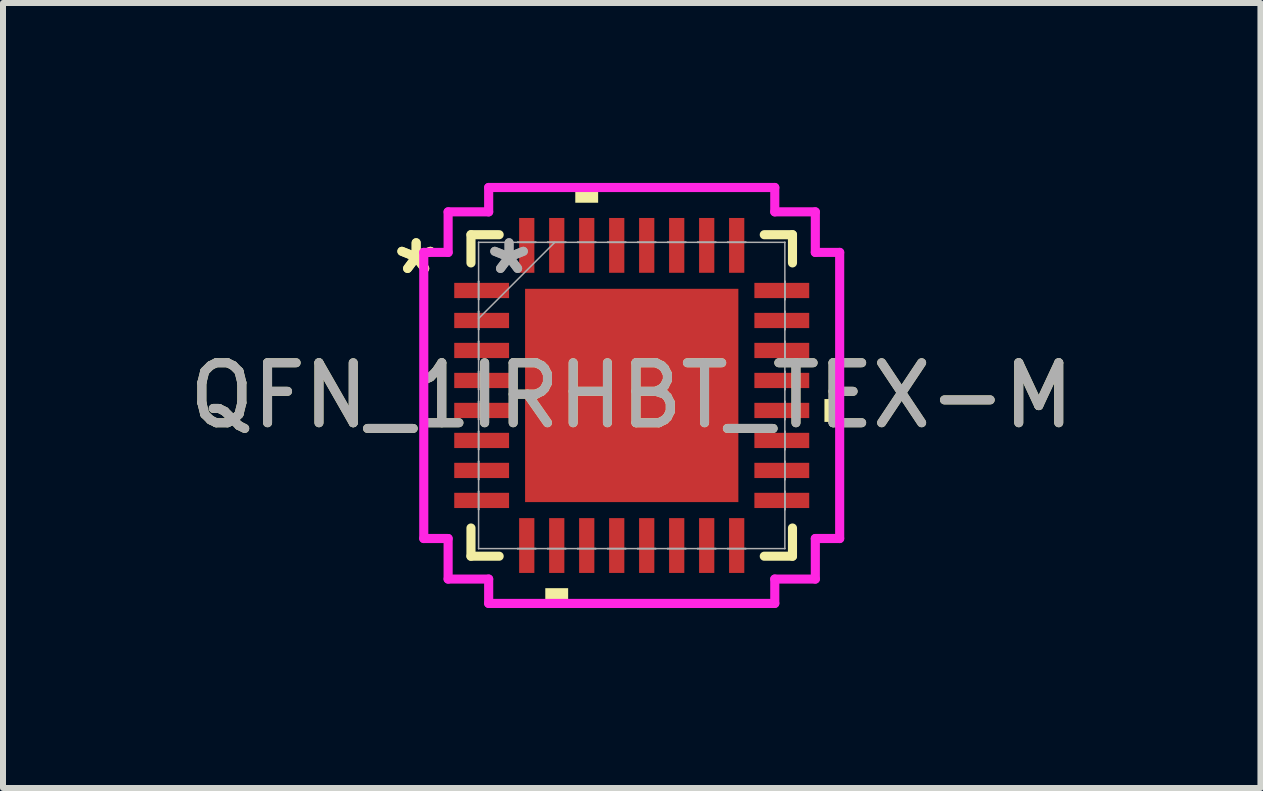
<source format=kicad_pcb>
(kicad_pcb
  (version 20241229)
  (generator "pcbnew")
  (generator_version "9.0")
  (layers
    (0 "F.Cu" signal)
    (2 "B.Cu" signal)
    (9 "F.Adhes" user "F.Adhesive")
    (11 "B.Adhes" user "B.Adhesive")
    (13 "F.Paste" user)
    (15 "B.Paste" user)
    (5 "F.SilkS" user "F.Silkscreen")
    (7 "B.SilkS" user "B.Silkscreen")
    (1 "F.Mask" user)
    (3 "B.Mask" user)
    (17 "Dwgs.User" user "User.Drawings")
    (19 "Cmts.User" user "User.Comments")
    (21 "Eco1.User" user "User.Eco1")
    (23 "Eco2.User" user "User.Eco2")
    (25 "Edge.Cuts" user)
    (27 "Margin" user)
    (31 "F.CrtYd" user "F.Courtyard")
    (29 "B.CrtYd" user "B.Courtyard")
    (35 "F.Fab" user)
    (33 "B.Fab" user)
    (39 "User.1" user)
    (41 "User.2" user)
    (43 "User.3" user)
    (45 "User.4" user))
  (footprint "QFN_1IRHBT_TEX-M"
    (layer "F.Cu")
    (at 7.482 3.543)
    (property "Reference" "QFN_1IRHBT_TEX-M" (at 0 0 0) (unlocked yes) (layer "F.SilkS") (effects (font (size 1 1) (thickness 0.15))))
    (attr smd)
    (fp_line (start -2.68 -2.68) (end -2.68 -2.21) (stroke (width 0.152) (type solid)) (layer "F.SilkS"))
    (fp_line (start -2.68 2.21) (end -2.68 2.68) (stroke (width 0.152) (type solid)) (layer "F.SilkS"))
    (fp_line (start -2.68 2.68) (end -2.21 2.68) (stroke (width 0.152) (type solid)) (layer "F.SilkS"))
    (fp_line (start -2.21 -2.68) (end -2.68 -2.68) (stroke (width 0.152) (type solid)) (layer "F.SilkS"))
    (fp_line (start 2.21 2.68) (end 2.68 2.68) (stroke (width 0.152) (type solid)) (layer "F.SilkS"))
    (fp_line (start 2.68 -2.68) (end 2.21 -2.68) (stroke (width 0.152) (type solid)) (layer "F.SilkS"))
    (fp_line (start 2.68 -2.21) (end 2.68 -2.68) (stroke (width 0.152) (type solid)) (layer "F.SilkS"))
    (fp_line (start 2.68 2.68) (end 2.68 2.21) (stroke (width 0.152) (type solid)) (layer "F.SilkS"))
    (fp_poly (pts (xy -1.441 3.213) (xy -1.441 3.467) (xy -1.06 3.467) (xy -1.06 3.213)) (stroke (width 0) (type solid)) (fill yes) (layer "F.SilkS"))
    (fp_poly (pts (xy -0.941 -3.213) (xy -0.941 -3.467) (xy -0.56 -3.467) (xy -0.56 -3.213)) (stroke (width 0) (type solid)) (fill yes) (layer "F.SilkS"))
    (fp_poly (pts (xy 3.467 0.06) (xy 3.467 0.441) (xy 3.213 0.441) (xy 3.213 0.06)) (stroke (width 0) (type solid)) (fill yes) (layer "F.SilkS"))
    (fp_poly (pts (xy -1.678 -1.678) (xy -1.678 -0.1) (xy -0.1 -0.1) (xy -0.1 -1.678)) (stroke (width 0) (type solid)) (fill yes) (layer "F.Paste"))
    (fp_poly (pts (xy -1.678 0.1) (xy -1.678 1.678) (xy -0.1 1.678) (xy -0.1 0.1)) (stroke (width 0) (type solid)) (fill yes) (layer "F.Paste"))
    (fp_poly (pts (xy 0.1 -1.678) (xy 0.1 -0.1) (xy 1.678 -0.1) (xy 1.678 -1.678)) (stroke (width 0) (type solid)) (fill yes) (layer "F.Paste"))
    (fp_poly (pts (xy 0.1 0.1) (xy 0.1 1.678) (xy 1.678 1.678) (xy 1.678 0.1)) (stroke (width 0) (type solid)) (fill yes) (layer "F.Paste"))
    (fp_line (start -3.467 -2.385) (end -3.061 -2.385) (stroke (width 0.152) (type solid)) (layer "F.CrtYd"))
    (fp_line (start -3.467 2.385) (end -3.467 -2.385) (stroke (width 0.152) (type solid)) (layer "F.CrtYd"))
    (fp_line (start -3.061 -3.061) (end -2.385 -3.061) (stroke (width 0.152) (type solid)) (layer "F.CrtYd"))
    (fp_line (start -3.061 -2.385) (end -3.061 -3.061) (stroke (width 0.152) (type solid)) (layer "F.CrtYd"))
    (fp_line (start -3.061 2.385) (end -3.467 2.385) (stroke (width 0.152) (type solid)) (layer "F.CrtYd"))
    (fp_line (start -3.061 3.061) (end -3.061 2.385) (stroke (width 0.152) (type solid)) (layer "F.CrtYd"))
    (fp_line (start -2.385 -3.467) (end 2.385 -3.467) (stroke (width 0.152) (type solid)) (layer "F.CrtYd"))
    (fp_line (start -2.385 -3.061) (end -2.385 -3.467) (stroke (width 0.152) (type solid)) (layer "F.CrtYd"))
    (fp_line (start -2.385 3.061) (end -3.061 3.061) (stroke (width 0.152) (type solid)) (layer "F.CrtYd"))
    (fp_line (start -2.385 3.467) (end -2.385 3.061) (stroke (width 0.152) (type solid)) (layer "F.CrtYd"))
    (fp_line (start 2.385 -3.467) (end 2.385 -3.061) (stroke (width 0.152) (type solid)) (layer "F.CrtYd"))
    (fp_line (start 2.385 -3.061) (end 3.061 -3.061) (stroke (width 0.152) (type solid)) (layer "F.CrtYd"))
    (fp_line (start 2.385 3.061) (end 2.385 3.467) (stroke (width 0.152) (type solid)) (layer "F.CrtYd"))
    (fp_line (start 2.385 3.467) (end -2.385 3.467) (stroke (width 0.152) (type solid)) (layer "F.CrtYd"))
    (fp_line (start 3.061 -3.061) (end 3.061 -2.385) (stroke (width 0.152) (type solid)) (layer "F.CrtYd"))
    (fp_line (start 3.061 -2.385) (end 3.467 -2.385) (stroke (width 0.152) (type solid)) (layer "F.CrtYd"))
    (fp_line (start 3.061 2.385) (end 3.061 3.061) (stroke (width 0.152) (type solid)) (layer "F.CrtYd"))
    (fp_line (start 3.061 3.061) (end 2.385 3.061) (stroke (width 0.152) (type solid)) (layer "F.CrtYd"))
    (fp_line (start 3.467 -2.385) (end 3.467 2.385) (stroke (width 0.152) (type solid)) (layer "F.CrtYd"))
    (fp_line (start 3.467 2.385) (end 3.061 2.385) (stroke (width 0.152) (type solid)) (layer "F.CrtYd"))
    (fp_line (start -2.553 -2.553) (end -2.553 -2.553) (stroke (width 0.025) (type solid)) (layer "F.Fab"))
    (fp_line (start -2.553 -2.553) (end -2.553 2.553) (stroke (width 0.025) (type solid)) (layer "F.Fab"))
    (fp_line (start -2.553 -1.903) (end -2.553 -1.903) (stroke (width 0.025) (type solid)) (layer "F.Fab"))
    (fp_line (start -2.553 -1.903) (end -2.553 -1.598) (stroke (width 0.025) (type solid)) (layer "F.Fab"))
    (fp_line (start -2.553 -1.598) (end -2.553 -1.903) (stroke (width 0.025) (type solid)) (layer "F.Fab"))
    (fp_line (start -2.553 -1.598) (end -2.553 -1.598) (stroke (width 0.025) (type solid)) (layer "F.Fab"))
    (fp_line (start -2.553 -1.403) (end -2.553 -1.403) (stroke (width 0.025) (type solid)) (layer "F.Fab"))
    (fp_line (start -2.553 -1.403) (end -2.553 -1.098) (stroke (width 0.025) (type solid)) (layer "F.Fab"))
    (fp_line (start -2.553 -1.283) (end -1.283 -2.553) (stroke (width 0.025) (type solid)) (layer "F.Fab"))
    (fp_line (start -2.553 -1.098) (end -2.553 -1.403) (stroke (width 0.025) (type solid)) (layer "F.Fab"))
    (fp_line (start -2.553 -1.098) (end -2.553 -1.098) (stroke (width 0.025) (type solid)) (layer "F.Fab"))
    (fp_line (start -2.553 -0.903) (end -2.553 -0.903) (stroke (width 0.025) (type solid)) (layer "F.Fab"))
    (fp_line (start -2.553 -0.903) (end -2.553 -0.598) (stroke (width 0.025) (type solid)) (layer "F.Fab"))
    (fp_line (start -2.553 -0.598) (end -2.553 -0.903) (stroke (width 0.025) (type solid)) (layer "F.Fab"))
    (fp_line (start -2.553 -0.598) (end -2.553 -0.598) (stroke (width 0.025) (type solid)) (layer "F.Fab"))
    (fp_line (start -2.553 -0.402) (end -2.553 -0.402) (stroke (width 0.025) (type solid)) (layer "F.Fab"))
    (fp_line (start -2.553 -0.402) (end -2.553 -0.098) (stroke (width 0.025) (type solid)) (layer "F.Fab"))
    (fp_line (start -2.553 -0.098) (end -2.553 -0.402) (stroke (width 0.025) (type solid)) (layer "F.Fab"))
    (fp_line (start -2.553 -0.098) (end -2.553 -0.098) (stroke (width 0.025) (type solid)) (layer "F.Fab"))
    (fp_line (start -2.553 0.098) (end -2.553 0.098) (stroke (width 0.025) (type solid)) (layer "F.Fab"))
    (fp_line (start -2.553 0.098) (end -2.553 0.402) (stroke (width 0.025) (type solid)) (layer "F.Fab"))
    (fp_line (start -2.553 0.402) (end -2.553 0.098) (stroke (width 0.025) (type solid)) (layer "F.Fab"))
    (fp_line (start -2.553 0.402) (end -2.553 0.402) (stroke (width 0.025) (type solid)) (layer "F.Fab"))
    (fp_line (start -2.553 0.598) (end -2.553 0.598) (stroke (width 0.025) (type solid)) (layer "F.Fab"))
    (fp_line (start -2.553 0.598) (end -2.553 0.903) (stroke (width 0.025) (type solid)) (layer "F.Fab"))
    (fp_line (start -2.553 0.903) (end -2.553 0.598) (stroke (width 0.025) (type solid)) (layer "F.Fab"))
    (fp_line (start -2.553 0.903) (end -2.553 0.903) (stroke (width 0.025) (type solid)) (layer "F.Fab"))
    (fp_line (start -2.553 1.098) (end -2.553 1.098) (stroke (width 0.025) (type solid)) (layer "F.Fab"))
    (fp_line (start -2.553 1.098) (end -2.553 1.403) (stroke (width 0.025) (type solid)) (layer "F.Fab"))
    (fp_line (start -2.553 1.403) (end -2.553 1.098) (stroke (width 0.025) (type solid)) (layer "F.Fab"))
    (fp_line (start -2.553 1.403) (end -2.553 1.403) (stroke (width 0.025) (type solid)) (layer "F.Fab"))
    (fp_line (start -2.553 1.598) (end -2.553 1.598) (stroke (width 0.025) (type solid)) (layer "F.Fab"))
    (fp_line (start -2.553 1.598) (end -2.553 1.903) (stroke (width 0.025) (type solid)) (layer "F.Fab"))
    (fp_line (start -2.553 1.903) (end -2.553 1.598) (stroke (width 0.025) (type solid)) (layer "F.Fab"))
    (fp_line (start -2.553 1.903) (end -2.553 1.903) (stroke (width 0.025) (type solid)) (layer "F.Fab"))
    (fp_line (start -2.553 2.553) (end -2.553 2.553) (stroke (width 0.025) (type solid)) (layer "F.Fab"))
    (fp_line (start -2.553 2.553) (end 2.553 2.553) (stroke (width 0.025) (type solid)) (layer "F.Fab"))
    (fp_line (start -1.903 -2.553) (end -1.903 -2.553) (stroke (width 0.025) (type solid)) (layer "F.Fab"))
    (fp_line (start -1.903 -2.553) (end -1.598 -2.553) (stroke (width 0.025) (type solid)) (layer "F.Fab"))
    (fp_line (start -1.903 2.553) (end -1.903 2.553) (stroke (width 0.025) (type solid)) (layer "F.Fab"))
    (fp_line (start -1.903 2.553) (end -1.598 2.553) (stroke (width 0.025) (type solid)) (layer "F.Fab"))
    (fp_line (start -1.598 -2.553) (end -1.903 -2.553) (stroke (width 0.025) (type solid)) (layer "F.Fab"))
    (fp_line (start -1.598 -2.553) (end -1.598 -2.553) (stroke (width 0.025) (type solid)) (layer "F.Fab"))
    (fp_line (start -1.598 2.553) (end -1.903 2.553) (stroke (width 0.025) (type solid)) (layer "F.Fab"))
    (fp_line (start -1.598 2.553) (end -1.598 2.553) (stroke (width 0.025) (type solid)) (layer "F.Fab"))
    (fp_line (start -1.403 -2.553) (end -1.403 -2.553) (stroke (width 0.025) (type solid)) (layer "F.Fab"))
    (fp_line (start -1.403 -2.553) (end -1.098 -2.553) (stroke (width 0.025) (type solid)) (layer "F.Fab"))
    (fp_line (start -1.403 2.553) (end -1.403 2.553) (stroke (width 0.025) (type solid)) (layer "F.Fab"))
    (fp_line (start -1.403 2.553) (end -1.098 2.553) (stroke (width 0.025) (type solid)) (layer "F.Fab"))
    (fp_line (start -1.098 -2.553) (end -1.403 -2.553) (stroke (width 0.025) (type solid)) (layer "F.Fab"))
    (fp_line (start -1.098 -2.553) (end -1.098 -2.553) (stroke (width 0.025) (type solid)) (layer "F.Fab"))
    (fp_line (start -1.098 2.553) (end -1.403 2.553) (stroke (width 0.025) (type solid)) (layer "F.Fab"))
    (fp_line (start -1.098 2.553) (end -1.098 2.553) (stroke (width 0.025) (type solid)) (layer "F.Fab"))
    (fp_line (start -0.903 -2.553) (end -0.903 -2.553) (stroke (width 0.025) (type solid)) (layer "F.Fab"))
    (fp_line (start -0.903 -2.553) (end -0.598 -2.553) (stroke (width 0.025) (type solid)) (layer "F.Fab"))
    (fp_line (start -0.903 2.553) (end -0.903 2.553) (stroke (width 0.025) (type solid)) (layer "F.Fab"))
    (fp_line (start -0.903 2.553) (end -0.598 2.553) (stroke (width 0.025) (type solid)) (layer "F.Fab"))
    (fp_line (start -0.598 -2.553) (end -0.903 -2.553) (stroke (width 0.025) (type solid)) (layer "F.Fab"))
    (fp_line (start -0.598 -2.553) (end -0.598 -2.553) (stroke (width 0.025) (type solid)) (layer "F.Fab"))
    (fp_line (start -0.598 2.553) (end -0.903 2.553) (stroke (width 0.025) (type solid)) (layer "F.Fab"))
    (fp_line (start -0.598 2.553) (end -0.598 2.553) (stroke (width 0.025) (type solid)) (layer "F.Fab"))
    (fp_line (start -0.402 -2.553) (end -0.402 -2.553) (stroke (width 0.025) (type solid)) (layer "F.Fab"))
    (fp_line (start -0.402 -2.553) (end -0.098 -2.553) (stroke (width 0.025) (type solid)) (layer "F.Fab"))
    (fp_line (start -0.402 2.553) (end -0.402 2.553) (stroke (width 0.025) (type solid)) (layer "F.Fab"))
    (fp_line (start -0.402 2.553) (end -0.098 2.553) (stroke (width 0.025) (type solid)) (layer "F.Fab"))
    (fp_line (start -0.098 -2.553) (end -0.402 -2.553) (stroke (width 0.025) (type solid)) (layer "F.Fab"))
    (fp_line (start -0.098 -2.553) (end -0.098 -2.553) (stroke (width 0.025) (type solid)) (layer "F.Fab"))
    (fp_line (start -0.098 2.553) (end -0.402 2.553) (stroke (width 0.025) (type solid)) (layer "F.Fab"))
    (fp_line (start -0.098 2.553) (end -0.098 2.553) (stroke (width 0.025) (type solid)) (layer "F.Fab"))
    (fp_line (start 0.098 -2.553) (end 0.098 -2.553) (stroke (width 0.025) (type solid)) (layer "F.Fab"))
    (fp_line (start 0.098 -2.553) (end 0.402 -2.553) (stroke (width 0.025) (type solid)) (layer "F.Fab"))
    (fp_line (start 0.098 2.553) (end 0.098 2.553) (stroke (width 0.025) (type solid)) (layer "F.Fab"))
    (fp_line (start 0.098 2.553) (end 0.402 2.553) (stroke (width 0.025) (type solid)) (layer "F.Fab"))
    (fp_line (start 0.402 -2.553) (end 0.098 -2.553) (stroke (width 0.025) (type solid)) (layer "F.Fab"))
    (fp_line (start 0.402 -2.553) (end 0.402 -2.553) (stroke (width 0.025) (type solid)) (layer "F.Fab"))
    (fp_line (start 0.402 2.553) (end 0.098 2.553) (stroke (width 0.025) (type solid)) (layer "F.Fab"))
    (fp_line (start 0.402 2.553) (end 0.402 2.553) (stroke (width 0.025) (type solid)) (layer "F.Fab"))
    (fp_line (start 0.598 -2.553) (end 0.598 -2.553) (stroke (width 0.025) (type solid)) (layer "F.Fab"))
    (fp_line (start 0.598 -2.553) (end 0.903 -2.553) (stroke (width 0.025) (type solid)) (layer "F.Fab"))
    (fp_line (start 0.598 2.553) (end 0.598 2.553) (stroke (width 0.025) (type solid)) (layer "F.Fab"))
    (fp_line (start 0.598 2.553) (end 0.903 2.553) (stroke (width 0.025) (type solid)) (layer "F.Fab"))
    (fp_line (start 0.903 -2.553) (end 0.598 -2.553) (stroke (width 0.025) (type solid)) (layer "F.Fab"))
    (fp_line (start 0.903 -2.553) (end 0.903 -2.553) (stroke (width 0.025) (type solid)) (layer "F.Fab"))
    (fp_line (start 0.903 2.553) (end 0.598 2.553) (stroke (width 0.025) (type solid)) (layer "F.Fab"))
    (fp_line (start 0.903 2.553) (end 0.903 2.553) (stroke (width 0.025) (type solid)) (layer "F.Fab"))
    (fp_line (start 1.098 -2.553) (end 1.098 -2.553) (stroke (width 0.025) (type solid)) (layer "F.Fab"))
    (fp_line (start 1.098 -2.553) (end 1.403 -2.553) (stroke (width 0.025) (type solid)) (layer "F.Fab"))
    (fp_line (start 1.098 2.553) (end 1.098 2.553) (stroke (width 0.025) (type solid)) (layer "F.Fab"))
    (fp_line (start 1.098 2.553) (end 1.403 2.553) (stroke (width 0.025) (type solid)) (layer "F.Fab"))
    (fp_line (start 1.403 -2.553) (end 1.098 -2.553) (stroke (width 0.025) (type solid)) (layer "F.Fab"))
    (fp_line (start 1.403 -2.553) (end 1.403 -2.553) (stroke (width 0.025) (type solid)) (layer "F.Fab"))
    (fp_line (start 1.403 2.553) (end 1.098 2.553) (stroke (width 0.025) (type solid)) (layer "F.Fab"))
    (fp_line (start 1.403 2.553) (end 1.403 2.553) (stroke (width 0.025) (type solid)) (layer "F.Fab"))
    (fp_line (start 1.598 -2.553) (end 1.598 -2.553) (stroke (width 0.025) (type solid)) (layer "F.Fab"))
    (fp_line (start 1.598 -2.553) (end 1.903 -2.553) (stroke (width 0.025) (type solid)) (layer "F.Fab"))
    (fp_line (start 1.598 2.553) (end 1.598 2.553) (stroke (width 0.025) (type solid)) (layer "F.Fab"))
    (fp_line (start 1.598 2.553) (end 1.903 2.553) (stroke (width 0.025) (type solid)) (layer "F.Fab"))
    (fp_line (start 1.903 -2.553) (end 1.598 -2.553) (stroke (width 0.025) (type solid)) (layer "F.Fab"))
    (fp_line (start 1.903 -2.553) (end 1.903 -2.553) (stroke (width 0.025) (type solid)) (layer "F.Fab"))
    (fp_line (start 1.903 2.553) (end 1.598 2.553) (stroke (width 0.025) (type solid)) (layer "F.Fab"))
    (fp_line (start 1.903 2.553) (end 1.903 2.553) (stroke (width 0.025) (type solid)) (layer "F.Fab"))
    (fp_line (start 2.553 -2.553) (end -2.553 -2.553) (stroke (width 0.025) (type solid)) (layer "F.Fab"))
    (fp_line (start 2.553 -2.553) (end 2.553 -2.553) (stroke (width 0.025) (type solid)) (layer "F.Fab"))
    (fp_line (start 2.553 -1.903) (end 2.553 -1.903) (stroke (width 0.025) (type solid)) (layer "F.Fab"))
    (fp_line (start 2.553 -1.903) (end 2.553 -1.598) (stroke (width 0.025) (type solid)) (layer "F.Fab"))
    (fp_line (start 2.553 -1.598) (end 2.553 -1.903) (stroke (width 0.025) (type solid)) (layer "F.Fab"))
    (fp_line (start 2.553 -1.598) (end 2.553 -1.598) (stroke (width 0.025) (type solid)) (layer "F.Fab"))
    (fp_line (start 2.553 -1.403) (end 2.553 -1.403) (stroke (width 0.025) (type solid)) (layer "F.Fab"))
    (fp_line (start 2.553 -1.403) (end 2.553 -1.098) (stroke (width 0.025) (type solid)) (layer "F.Fab"))
    (fp_line (start 2.553 -1.098) (end 2.553 -1.403) (stroke (width 0.025) (type solid)) (layer "F.Fab"))
    (fp_line (start 2.553 -1.098) (end 2.553 -1.098) (stroke (width 0.025) (type solid)) (layer "F.Fab"))
    (fp_line (start 2.553 -0.903) (end 2.553 -0.903) (stroke (width 0.025) (type solid)) (layer "F.Fab"))
    (fp_line (start 2.553 -0.903) (end 2.553 -0.598) (stroke (width 0.025) (type solid)) (layer "F.Fab"))
    (fp_line (start 2.553 -0.598) (end 2.553 -0.903) (stroke (width 0.025) (type solid)) (layer "F.Fab"))
    (fp_line (start 2.553 -0.598) (end 2.553 -0.598) (stroke (width 0.025) (type solid)) (layer "F.Fab"))
    (fp_line (start 2.553 -0.402) (end 2.553 -0.402) (stroke (width 0.025) (type solid)) (layer "F.Fab"))
    (fp_line (start 2.553 -0.402) (end 2.553 -0.098) (stroke (width 0.025) (type solid)) (layer "F.Fab"))
    (fp_line (start 2.553 -0.098) (end 2.553 -0.402) (stroke (width 0.025) (type solid)) (layer "F.Fab"))
    (fp_line (start 2.553 -0.098) (end 2.553 -0.098) (stroke (width 0.025) (type solid)) (layer "F.Fab"))
    (fp_line (start 2.553 0.098) (end 2.553 0.098) (stroke (width 0.025) (type solid)) (layer "F.Fab"))
    (fp_line (start 2.553 0.098) (end 2.553 0.402) (stroke (width 0.025) (type solid)) (layer "F.Fab"))
    (fp_line (start 2.553 0.402) (end 2.553 0.098) (stroke (width 0.025) (type solid)) (layer "F.Fab"))
    (fp_line (start 2.553 0.402) (end 2.553 0.402) (stroke (width 0.025) (type solid)) (layer "F.Fab"))
    (fp_line (start 2.553 0.598) (end 2.553 0.598) (stroke (width 0.025) (type solid)) (layer "F.Fab"))
    (fp_line (start 2.553 0.598) (end 2.553 0.903) (stroke (width 0.025) (type solid)) (layer "F.Fab"))
    (fp_line (start 2.553 0.903) (end 2.553 0.598) (stroke (width 0.025) (type solid)) (layer "F.Fab"))
    (fp_line (start 2.553 0.903) (end 2.553 0.903) (stroke (width 0.025) (type solid)) (layer "F.Fab"))
    (fp_line (start 2.553 1.098) (end 2.553 1.098) (stroke (width 0.025) (type solid)) (layer "F.Fab"))
    (fp_line (start 2.553 1.098) (end 2.553 1.403) (stroke (width 0.025) (type solid)) (layer "F.Fab"))
    (fp_line (start 2.553 1.403) (end 2.553 1.098) (stroke (width 0.025) (type solid)) (layer "F.Fab"))
    (fp_line (start 2.553 1.403) (end 2.553 1.403) (stroke (width 0.025) (type solid)) (layer "F.Fab"))
    (fp_line (start 2.553 1.598) (end 2.553 1.598) (stroke (width 0.025) (type solid)) (layer "F.Fab"))
    (fp_line (start 2.553 1.598) (end 2.553 1.903) (stroke (width 0.025) (type solid)) (layer "F.Fab"))
    (fp_line (start 2.553 1.903) (end 2.553 1.598) (stroke (width 0.025) (type solid)) (layer "F.Fab"))
    (fp_line (start 2.553 1.903) (end 2.553 1.903) (stroke (width 0.025) (type solid)) (layer "F.Fab"))
    (fp_line (start 2.553 2.553) (end 2.553 -2.553) (stroke (width 0.025) (type solid)) (layer "F.Fab"))
    (fp_line (start 2.553 2.553) (end 2.553 2.553) (stroke (width 0.025) (type solid)) (layer "F.Fab"))
    (fp_text user "*" (at -3.594 -2.001 0) (layer "F.SilkS") (effects (font (size 1 1) (thickness 0.15))))
    (fp_text user "*" (at -3.594 -2.001 0) (unlocked yes) (layer "F.SilkS") (effects (font (size 1 1) (thickness 0.15))))
    (fp_text user "${REFERENCE}" (at 0 0 0) (unlocked yes) (layer "F.Fab") (effects (font (size 1 1) (thickness 0.15))))
    (fp_text user "*" (at -2.045 -2.001 0) (layer "F.Fab") (effects (font (size 1 1) (thickness 0.15))))
    (fp_text user "*" (at -2.045 -2.001 0) (unlocked yes) (layer "F.Fab") (effects (font (size 1 1) (thickness 0.15))))
    (pad "1" smd rect (at -2.502 -1.75 90) (size 0.254 0.914) (layers "F.Cu" "F.Mask" "F.Paste"))
    (pad "2" smd rect (at -2.502 -1.25 90) (size 0.254 0.914) (layers "F.Cu" "F.Mask" "F.Paste"))
    (pad "3" smd rect (at -2.502 -0.75 90) (size 0.254 0.914) (layers "F.Cu" "F.Mask" "F.Paste"))
    (pad "4" smd rect (at -2.502 -0.25 90) (size 0.254 0.914) (layers "F.Cu" "F.Mask" "F.Paste"))
    (pad "5" smd rect (at -2.502 0.25 90) (size 0.254 0.914) (layers "F.Cu" "F.Mask" "F.Paste"))
    (pad "6" smd rect (at -2.502 0.75 90) (size 0.254 0.914) (layers "F.Cu" "F.Mask" "F.Paste"))
    (pad "7" smd rect (at -2.502 1.25 90) (size 0.254 0.914) (layers "F.Cu" "F.Mask" "F.Paste"))
    (pad "8" smd rect (at -2.502 1.75 90) (size 0.254 0.914) (layers "F.Cu" "F.Mask" "F.Paste"))
    (pad "9" smd rect (at -1.75 2.502) (size 0.254 0.914) (layers "F.Cu" "F.Mask" "F.Paste"))
    (pad "10" smd rect (at -1.25 2.502) (size 0.254 0.914) (layers "F.Cu" "F.Mask" "F.Paste"))
    (pad "11" smd rect (at -0.75 2.502) (size 0.254 0.914) (layers "F.Cu" "F.Mask" "F.Paste"))
    (pad "12" smd rect (at -0.25 2.502) (size 0.254 0.914) (layers "F.Cu" "F.Mask" "F.Paste"))
    (pad "13" smd rect (at 0.25 2.502) (size 0.254 0.914) (layers "F.Cu" "F.Mask" "F.Paste"))
    (pad "14" smd rect (at 0.75 2.502) (size 0.254 0.914) (layers "F.Cu" "F.Mask" "F.Paste"))
    (pad "15" smd rect (at 1.25 2.502) (size 0.254 0.914) (layers "F.Cu" "F.Mask" "F.Paste"))
    (pad "16" smd rect (at 1.75 2.502) (size 0.254 0.914) (layers "F.Cu" "F.Mask" "F.Paste"))
    (pad "17" smd rect (at 2.502 1.75 90) (size 0.254 0.914) (layers "F.Cu" "F.Mask" "F.Paste"))
    (pad "18" smd rect (at 2.502 1.25 90) (size 0.254 0.914) (layers "F.Cu" "F.Mask" "F.Paste"))
    (pad "19" smd rect (at 2.502 0.75 90) (size 0.254 0.914) (layers "F.Cu" "F.Mask" "F.Paste"))
    (pad "20" smd rect (at 2.502 0.25 90) (size 0.254 0.914) (layers "F.Cu" "F.Mask" "F.Paste"))
    (pad "21" smd rect (at 2.502 -0.25 90) (size 0.254 0.914) (layers "F.Cu" "F.Mask" "F.Paste"))
    (pad "22" smd rect (at 2.502 -0.75 90) (size 0.254 0.914) (layers "F.Cu" "F.Mask" "F.Paste"))
    (pad "23" smd rect (at 2.502 -1.25 90) (size 0.254 0.914) (layers "F.Cu" "F.Mask" "F.Paste"))
    (pad "24" smd rect (at 2.502 -1.75 90) (size 0.254 0.914) (layers "F.Cu" "F.Mask" "F.Paste"))
    (pad "25" smd rect (at 1.75 -2.502) (size 0.254 0.914) (layers "F.Cu" "F.Mask" "F.Paste"))
    (pad "26" smd rect (at 1.25 -2.502) (size 0.254 0.914) (layers "F.Cu" "F.Mask" "F.Paste"))
    (pad "27" smd rect (at 0.75 -2.502) (size 0.254 0.914) (layers "F.Cu" "F.Mask" "F.Paste"))
    (pad "28" smd rect (at 0.25 -2.502) (size 0.254 0.914) (layers "F.Cu" "F.Mask" "F.Paste"))
    (pad "29" smd rect (at -0.25 -2.502) (size 0.254 0.914) (layers "F.Cu" "F.Mask" "F.Paste"))
    (pad "30" smd rect (at -0.75 -2.502) (size 0.254 0.914) (layers "F.Cu" "F.Mask" "F.Paste"))
    (pad "31" smd rect (at -1.25 -2.502) (size 0.254 0.914) (layers "F.Cu" "F.Mask" "F.Paste"))
    (pad "32" smd rect (at -1.75 -2.502) (size 0.254 0.914) (layers "F.Cu" "F.Mask" "F.Paste"))
    (pad "33" smd rect (at 0 0) (size 3.556 3.556) (layers "F.Cu" "F.Mask" "F.Paste")))
  (gr_rect
    (start -3 -3)
    (end 17.964 10.087)
    (stroke (width 0.1) (type default))
    (fill no)
    (layer "Edge.Cuts")))
</source>
